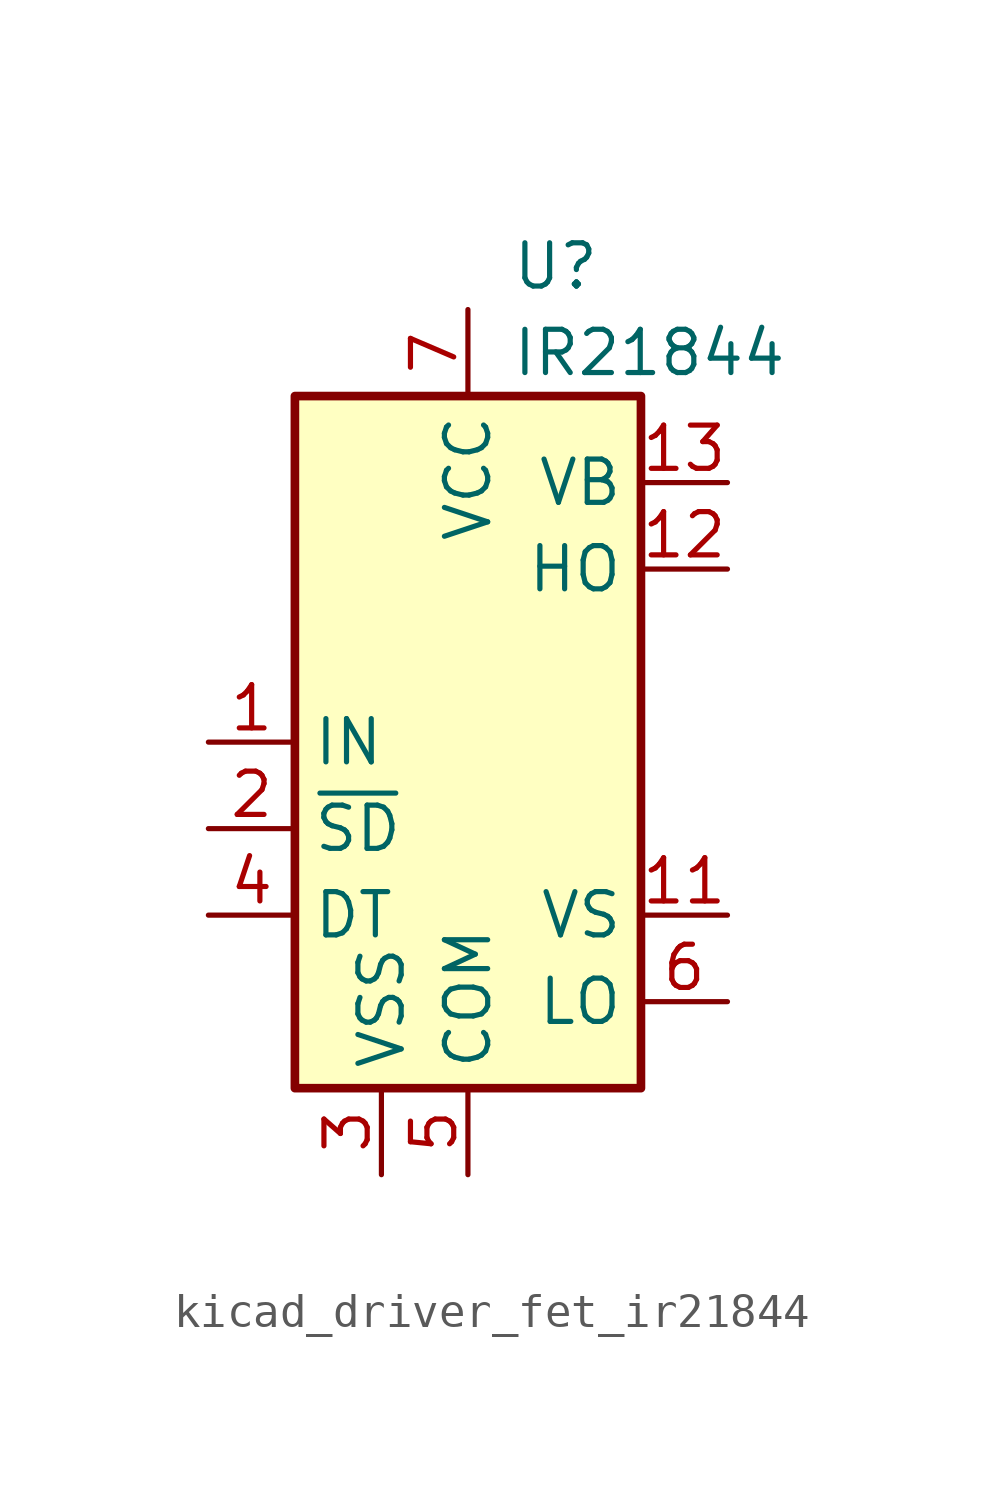
<source format=kicad_sym>
(kicad_symbol_lib
  (version 20220914)
  (generator kicad_symbol_editor)
  (symbol "kicad_driver_fet_ir21844"
    (property "Reference" "U"
      (at 1.27 13.97 0)
      (effects (font (size 1.27 1.27)) (justify left)))
    (property "Value" "IR21844"
      (at 1.27 11.43 0)
      (effects (font (size 1.27 1.27)) (justify left)))
    (symbol "kicad_driver_fet_ir21844_0_1"
      (rectangle (start -5.08 -10.16) (end 5.08 10.16) (stroke (width 0.254) (type default)) (fill (type background))))
    (symbol "kicad_driver_fet_ir21844_1_1"
      (pin input line (at -7.62 0 0) (length 2.54) (name "IN" (effects (font (size 1.27 1.27)))) (number "1" (effects (font (size 1.27 1.27)))))
      (pin no_connect line (at -5.08 2.54 0) (length 2.54) hide (name "NC" (effects (font (size 1.27 1.27)))) (number "10" (effects (font (size 1.27 1.27)))))
      (pin passive line (at 7.62 -5.08 180) (length 2.54) (name "VS" (effects (font (size 1.27 1.27)))) (number "11" (effects (font (size 1.27 1.27)))))
      (pin output line (at 7.62 5.08 180) (length 2.54) (name "HO" (effects (font (size 1.27 1.27)))) (number "12" (effects (font (size 1.27 1.27)))))
      (pin passive line (at 7.62 7.62 180) (length 2.54) (name "VB" (effects (font (size 1.27 1.27)))) (number "13" (effects (font (size 1.27 1.27)))))
      (pin no_connect line (at 5.08 2.54 180) (length 2.54) hide (name "NC" (effects (font (size 1.27 1.27)))) (number "14" (effects (font (size 1.27 1.27)))))
      (pin input line (at -7.62 -2.54 0) (length 2.54) (name "~{SD}" (effects (font (size 1.27 1.27)))) (number "2" (effects (font (size 1.27 1.27)))))
      (pin power_in line (at -2.54 -12.7 90) (length 2.54) (name "VSS" (effects (font (size 1.27 1.27)))) (number "3" (effects (font (size 1.27 1.27)))))
      (pin input line (at -7.62 -5.08 0) (length 2.54) (name "DT" (effects (font (size 1.27 1.27)))) (number "4" (effects (font (size 1.27 1.27)))))
      (pin power_in line (at 0 -12.7 90) (length 2.54) (name "COM" (effects (font (size 1.27 1.27)))) (number "5" (effects (font (size 1.27 1.27)))))
      (pin output line (at 7.62 -7.62 180) (length 2.54) (name "LO" (effects (font (size 1.27 1.27)))) (number "6" (effects (font (size 1.27 1.27)))))
      (pin power_in line (at 0 12.7 270) (length 2.54) (name "VCC" (effects (font (size 1.27 1.27)))) (number "7" (effects (font (size 1.27 1.27)))))
      (pin no_connect line (at -5.08 7.62 0) (length 2.54) hide (name "NC" (effects (font (size 1.27 1.27)))) (number "8" (effects (font (size 1.27 1.27)))))
      (pin no_connect line (at -5.08 5.08 0) (length 2.54) hide (name "NC" (effects (font (size 1.27 1.27)))) (number "9" (effects (font (size 1.27 1.27))))))))
</source>
